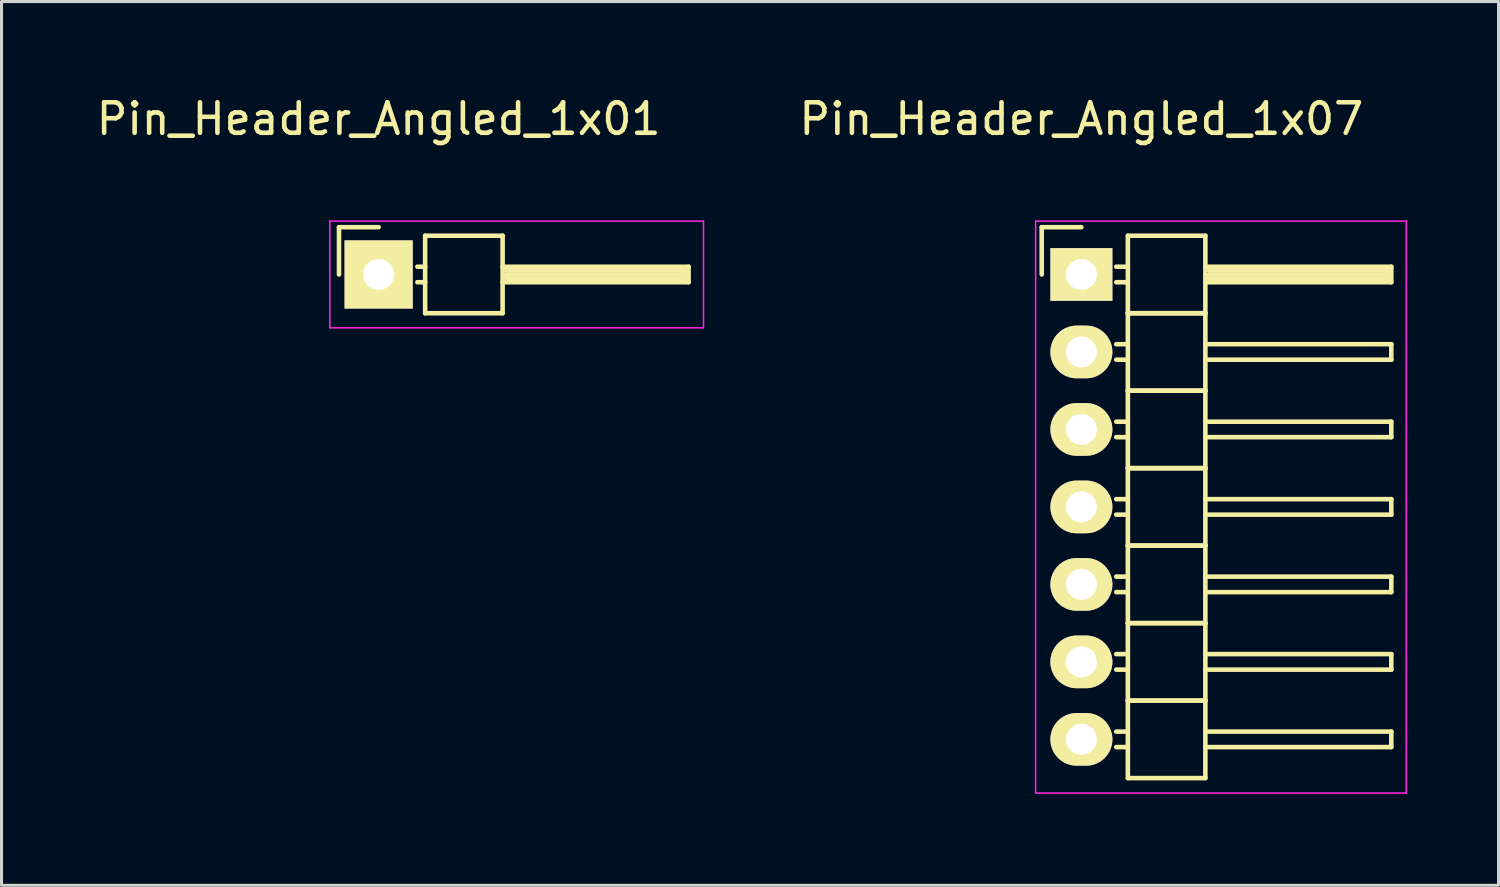
<source format=kicad_pcb>
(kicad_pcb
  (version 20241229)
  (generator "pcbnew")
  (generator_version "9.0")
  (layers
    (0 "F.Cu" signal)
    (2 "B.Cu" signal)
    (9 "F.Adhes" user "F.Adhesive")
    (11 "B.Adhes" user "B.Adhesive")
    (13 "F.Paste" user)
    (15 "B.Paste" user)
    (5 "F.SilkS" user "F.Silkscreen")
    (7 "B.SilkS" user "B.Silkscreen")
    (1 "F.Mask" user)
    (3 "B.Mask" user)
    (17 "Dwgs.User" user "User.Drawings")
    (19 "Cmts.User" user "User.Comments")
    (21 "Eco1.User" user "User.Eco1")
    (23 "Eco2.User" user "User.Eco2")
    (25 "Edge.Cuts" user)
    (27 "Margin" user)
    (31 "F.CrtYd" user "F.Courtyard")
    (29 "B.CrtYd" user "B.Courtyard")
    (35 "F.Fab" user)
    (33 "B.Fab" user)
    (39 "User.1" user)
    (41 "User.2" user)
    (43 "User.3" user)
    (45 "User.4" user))
  (footprint "Pin_Header_Angled_1x01"
    (layer "F.Cu")
    (at 9.363 5.948)
    (property "Reference" "Pin_Header_Angled_1x01" (at 0 -5.1 0) (layer "F.SilkS") (effects (font (size 1 1) (thickness 0.15))))
    (attr through_hole)
    (fp_line (start -1.3 -1.55) (end -1.3 0) (stroke (width 0.15) (type solid)) (layer "F.SilkS"))
    (fp_line (start 0 -1.55) (end -1.3 -1.55) (stroke (width 0.15) (type solid)) (layer "F.SilkS"))
    (fp_line (start 1.524 -1.27) (end 1.524 1.27) (stroke (width 0.15) (type solid)) (layer "F.SilkS"))
    (fp_line (start 1.524 -1.27) (end 4.064 -1.27) (stroke (width 0.15) (type solid)) (layer "F.SilkS"))
    (fp_line (start 1.524 -0.254) (end 1.27 -0.254) (stroke (width 0.15) (type solid)) (layer "F.SilkS"))
    (fp_line (start 1.524 0.254) (end 1.27 0.254) (stroke (width 0.15) (type solid)) (layer "F.SilkS"))
    (fp_line (start 1.524 1.27) (end 4.064 1.27) (stroke (width 0.15) (type solid)) (layer "F.SilkS"))
    (fp_line (start 4.064 -0.254) (end 10.16 -0.254) (stroke (width 0.15) (type solid)) (layer "F.SilkS"))
    (fp_line (start 4.064 1.27) (end 4.064 -1.27) (stroke (width 0.15) (type solid)) (layer "F.SilkS"))
    (fp_line (start 4.191 -0.127) (end 10.033 -0.127) (stroke (width 0.15) (type solid)) (layer "F.SilkS"))
    (fp_line (start 4.191 0) (end 10.033 0) (stroke (width 0.15) (type solid)) (layer "F.SilkS"))
    (fp_line (start 4.191 0.127) (end 4.191 0) (stroke (width 0.15) (type solid)) (layer "F.SilkS"))
    (fp_line (start 10.033 -0.127) (end 10.033 0.127) (stroke (width 0.15) (type solid)) (layer "F.SilkS"))
    (fp_line (start 10.033 0.127) (end 4.191 0.127) (stroke (width 0.15) (type solid)) (layer "F.SilkS"))
    (fp_line (start 10.16 -0.254) (end 10.16 0.254) (stroke (width 0.15) (type solid)) (layer "F.SilkS"))
    (fp_line (start 10.16 0.254) (end 4.064 0.254) (stroke (width 0.15) (type solid)) (layer "F.SilkS"))
    (fp_line (start -1.6 -1.75) (end -1.6 1.75) (stroke (width 0.05) (type solid)) (layer "F.CrtYd"))
    (fp_line (start -1.6 -1.75) (end 10.65 -1.75) (stroke (width 0.05) (type solid)) (layer "F.CrtYd"))
    (fp_line (start -1.6 1.75) (end 10.65 1.75) (stroke (width 0.05) (type solid)) (layer "F.CrtYd"))
    (fp_line (start 10.65 -1.75) (end 10.65 1.75) (stroke (width 0.05) (type solid)) (layer "F.CrtYd"))
    (pad "1" thru_hole rect (at 0 0) (size 2.235 2.235) (drill 1.016) (layers "*.Cu" "*.Mask" "F.SilkS")))
  (footprint "Pin_Header_Angled_1x07"
    (layer "F.Cu")
    (at 32.401 5.948)
    (property "Reference" "Pin_Header_Angled_1x07" (at 0 -5.1 0) (layer "F.SilkS") (effects (font (size 1 1) (thickness 0.15))))
    (attr through_hole)
    (fp_line (start -1.3 -1.55) (end -1.3 0) (stroke (width 0.15) (type solid)) (layer "F.SilkS"))
    (fp_line (start 0 -1.55) (end -1.3 -1.55) (stroke (width 0.15) (type solid)) (layer "F.SilkS"))
    (fp_line (start 1.524 -1.27) (end 1.524 1.27) (stroke (width 0.15) (type solid)) (layer "F.SilkS"))
    (fp_line (start 1.524 -1.27) (end 4.064 -1.27) (stroke (width 0.15) (type solid)) (layer "F.SilkS"))
    (fp_line (start 1.524 -0.254) (end 1.143 -0.254) (stroke (width 0.15) (type solid)) (layer "F.SilkS"))
    (fp_line (start 1.524 0.254) (end 1.143 0.254) (stroke (width 0.15) (type solid)) (layer "F.SilkS"))
    (fp_line (start 1.524 1.27) (end 1.524 3.81) (stroke (width 0.15) (type solid)) (layer "F.SilkS"))
    (fp_line (start 1.524 1.27) (end 4.064 1.27) (stroke (width 0.15) (type solid)) (layer "F.SilkS"))
    (fp_line (start 1.524 1.27) (end 4.064 1.27) (stroke (width 0.15) (type solid)) (layer "F.SilkS"))
    (fp_line (start 1.524 2.286) (end 1.143 2.286) (stroke (width 0.15) (type solid)) (layer "F.SilkS"))
    (fp_line (start 1.524 2.794) (end 1.143 2.794) (stroke (width 0.15) (type solid)) (layer "F.SilkS"))
    (fp_line (start 1.524 3.81) (end 1.524 6.35) (stroke (width 0.15) (type solid)) (layer "F.SilkS"))
    (fp_line (start 1.524 3.81) (end 4.064 3.81) (stroke (width 0.15) (type solid)) (layer "F.SilkS"))
    (fp_line (start 1.524 3.81) (end 4.064 3.81) (stroke (width 0.15) (type solid)) (layer "F.SilkS"))
    (fp_line (start 1.524 4.826) (end 1.143 4.826) (stroke (width 0.15) (type solid)) (layer "F.SilkS"))
    (fp_line (start 1.524 5.334) (end 1.143 5.334) (stroke (width 0.15) (type solid)) (layer "F.SilkS"))
    (fp_line (start 1.524 6.35) (end 1.524 8.89) (stroke (width 0.15) (type solid)) (layer "F.SilkS"))
    (fp_line (start 1.524 6.35) (end 4.064 6.35) (stroke (width 0.15) (type solid)) (layer "F.SilkS"))
    (fp_line (start 1.524 6.35) (end 4.064 6.35) (stroke (width 0.15) (type solid)) (layer "F.SilkS"))
    (fp_line (start 1.524 7.366) (end 1.143 7.366) (stroke (width 0.15) (type solid)) (layer "F.SilkS"))
    (fp_line (start 1.524 7.874) (end 1.143 7.874) (stroke (width 0.15) (type solid)) (layer "F.SilkS"))
    (fp_line (start 1.524 8.89) (end 1.524 11.43) (stroke (width 0.15) (type solid)) (layer "F.SilkS"))
    (fp_line (start 1.524 8.89) (end 4.064 8.89) (stroke (width 0.15) (type solid)) (layer "F.SilkS"))
    (fp_line (start 1.524 8.89) (end 4.064 8.89) (stroke (width 0.15) (type solid)) (layer "F.SilkS"))
    (fp_line (start 1.524 9.906) (end 1.143 9.906) (stroke (width 0.15) (type solid)) (layer "F.SilkS"))
    (fp_line (start 1.524 10.414) (end 1.143 10.414) (stroke (width 0.15) (type solid)) (layer "F.SilkS"))
    (fp_line (start 1.524 11.43) (end 1.524 13.97) (stroke (width 0.15) (type solid)) (layer "F.SilkS"))
    (fp_line (start 1.524 11.43) (end 4.064 11.43) (stroke (width 0.15) (type solid)) (layer "F.SilkS"))
    (fp_line (start 1.524 11.43) (end 4.064 11.43) (stroke (width 0.15) (type solid)) (layer "F.SilkS"))
    (fp_line (start 1.524 12.446) (end 1.143 12.446) (stroke (width 0.15) (type solid)) (layer "F.SilkS"))
    (fp_line (start 1.524 12.954) (end 1.143 12.954) (stroke (width 0.15) (type solid)) (layer "F.SilkS"))
    (fp_line (start 1.524 13.97) (end 1.524 16.51) (stroke (width 0.15) (type solid)) (layer "F.SilkS"))
    (fp_line (start 1.524 13.97) (end 4.064 13.97) (stroke (width 0.15) (type solid)) (layer "F.SilkS"))
    (fp_line (start 1.524 13.97) (end 4.064 13.97) (stroke (width 0.15) (type solid)) (layer "F.SilkS"))
    (fp_line (start 1.524 14.986) (end 1.143 14.986) (stroke (width 0.15) (type solid)) (layer "F.SilkS"))
    (fp_line (start 1.524 15.494) (end 1.143 15.494) (stroke (width 0.15) (type solid)) (layer "F.SilkS"))
    (fp_line (start 1.524 16.51) (end 4.064 16.51) (stroke (width 0.15) (type solid)) (layer "F.SilkS"))
    (fp_line (start 4.064 -0.254) (end 10.16 -0.254) (stroke (width 0.15) (type solid)) (layer "F.SilkS"))
    (fp_line (start 4.064 1.27) (end 4.064 -1.27) (stroke (width 0.15) (type solid)) (layer "F.SilkS"))
    (fp_line (start 4.064 2.286) (end 10.16 2.286) (stroke (width 0.15) (type solid)) (layer "F.SilkS"))
    (fp_line (start 4.064 3.81) (end 4.064 1.27) (stroke (width 0.15) (type solid)) (layer "F.SilkS"))
    (fp_line (start 4.064 4.826) (end 10.16 4.826) (stroke (width 0.15) (type solid)) (layer "F.SilkS"))
    (fp_line (start 4.064 6.35) (end 4.064 3.81) (stroke (width 0.15) (type solid)) (layer "F.SilkS"))
    (fp_line (start 4.064 7.366) (end 10.16 7.366) (stroke (width 0.15) (type solid)) (layer "F.SilkS"))
    (fp_line (start 4.064 8.89) (end 4.064 6.35) (stroke (width 0.15) (type solid)) (layer "F.SilkS"))
    (fp_line (start 4.064 9.906) (end 10.16 9.906) (stroke (width 0.15) (type solid)) (layer "F.SilkS"))
    (fp_line (start 4.064 11.43) (end 4.064 8.89) (stroke (width 0.15) (type solid)) (layer "F.SilkS"))
    (fp_line (start 4.064 12.446) (end 10.16 12.446) (stroke (width 0.15) (type solid)) (layer "F.SilkS"))
    (fp_line (start 4.064 13.97) (end 4.064 11.43) (stroke (width 0.15) (type solid)) (layer "F.SilkS"))
    (fp_line (start 4.064 14.986) (end 10.16 14.986) (stroke (width 0.15) (type solid)) (layer "F.SilkS"))
    (fp_line (start 4.064 16.51) (end 4.064 13.97) (stroke (width 0.15) (type solid)) (layer "F.SilkS"))
    (fp_line (start 4.191 -0.127) (end 10.033 -0.127) (stroke (width 0.15) (type solid)) (layer "F.SilkS"))
    (fp_line (start 4.191 0) (end 10.033 0) (stroke (width 0.15) (type solid)) (layer "F.SilkS"))
    (fp_line (start 4.191 0.127) (end 4.191 0) (stroke (width 0.15) (type solid)) (layer "F.SilkS"))
    (fp_line (start 10.033 -0.127) (end 10.033 0.127) (stroke (width 0.15) (type solid)) (layer "F.SilkS"))
    (fp_line (start 10.033 0.127) (end 4.191 0.127) (stroke (width 0.15) (type solid)) (layer "F.SilkS"))
    (fp_line (start 10.16 -0.254) (end 10.16 0.254) (stroke (width 0.15) (type solid)) (layer "F.SilkS"))
    (fp_line (start 10.16 0.254) (end 4.064 0.254) (stroke (width 0.15) (type solid)) (layer "F.SilkS"))
    (fp_line (start 10.16 2.286) (end 10.16 2.794) (stroke (width 0.15) (type solid)) (layer "F.SilkS"))
    (fp_line (start 10.16 2.794) (end 4.064 2.794) (stroke (width 0.15) (type solid)) (layer "F.SilkS"))
    (fp_line (start 10.16 4.826) (end 10.16 5.334) (stroke (width 0.15) (type solid)) (layer "F.SilkS"))
    (fp_line (start 10.16 5.334) (end 4.064 5.334) (stroke (width 0.15) (type solid)) (layer "F.SilkS"))
    (fp_line (start 10.16 7.366) (end 10.16 7.874) (stroke (width 0.15) (type solid)) (layer "F.SilkS"))
    (fp_line (start 10.16 7.874) (end 4.064 7.874) (stroke (width 0.15) (type solid)) (layer "F.SilkS"))
    (fp_line (start 10.16 9.906) (end 10.16 10.414) (stroke (width 0.15) (type solid)) (layer "F.SilkS"))
    (fp_line (start 10.16 10.414) (end 4.064 10.414) (stroke (width 0.15) (type solid)) (layer "F.SilkS"))
    (fp_line (start 10.16 12.446) (end 10.16 12.954) (stroke (width 0.15) (type solid)) (layer "F.SilkS"))
    (fp_line (start 10.16 12.954) (end 4.064 12.954) (stroke (width 0.15) (type solid)) (layer "F.SilkS"))
    (fp_line (start 10.16 14.986) (end 10.16 15.494) (stroke (width 0.15) (type solid)) (layer "F.SilkS"))
    (fp_line (start 10.16 15.494) (end 4.064 15.494) (stroke (width 0.15) (type solid)) (layer "F.SilkS"))
    (fp_line (start -1.5 -1.75) (end -1.5 17) (stroke (width 0.05) (type solid)) (layer "F.CrtYd"))
    (fp_line (start -1.5 -1.75) (end 10.65 -1.75) (stroke (width 0.05) (type solid)) (layer "F.CrtYd"))
    (fp_line (start -1.5 17) (end 10.65 17) (stroke (width 0.05) (type solid)) (layer "F.CrtYd"))
    (fp_line (start 10.65 -1.75) (end 10.65 17) (stroke (width 0.05) (type solid)) (layer "F.CrtYd"))
    (pad "1" thru_hole rect (at 0 0) (size 2.032 1.727) (drill 1.016) (layers "*.Cu" "*.Mask" "F.SilkS"))
    (pad "2" thru_hole oval (at 0 2.54) (size 2.032 1.727) (drill 1.016) (layers "*.Cu" "*.Mask" "F.SilkS"))
    (pad "3" thru_hole oval (at 0 5.08) (size 2.032 1.727) (drill 1.016) (layers "*.Cu" "*.Mask" "F.SilkS"))
    (pad "4" thru_hole oval (at 0 7.62) (size 2.032 1.727) (drill 1.016) (layers "*.Cu" "*.Mask" "F.SilkS"))
    (pad "5" thru_hole oval (at 0 10.16) (size 2.032 1.727) (drill 1.016) (layers "*.Cu" "*.Mask" "F.SilkS"))
    (pad "6" thru_hole oval (at 0 12.7) (size 2.032 1.727) (drill 1.016) (layers "*.Cu" "*.Mask" "F.SilkS"))
    (pad "7" thru_hole oval (at 0 15.24) (size 2.032 1.727) (drill 1.016) (layers "*.Cu" "*.Mask" "F.SilkS")))
  (gr_rect
    (start -3 -3)
    (end 46.076 25.973)
    (stroke (width 0.1) (type default))
    (fill no)
    (layer "Edge.Cuts")))
</source>
